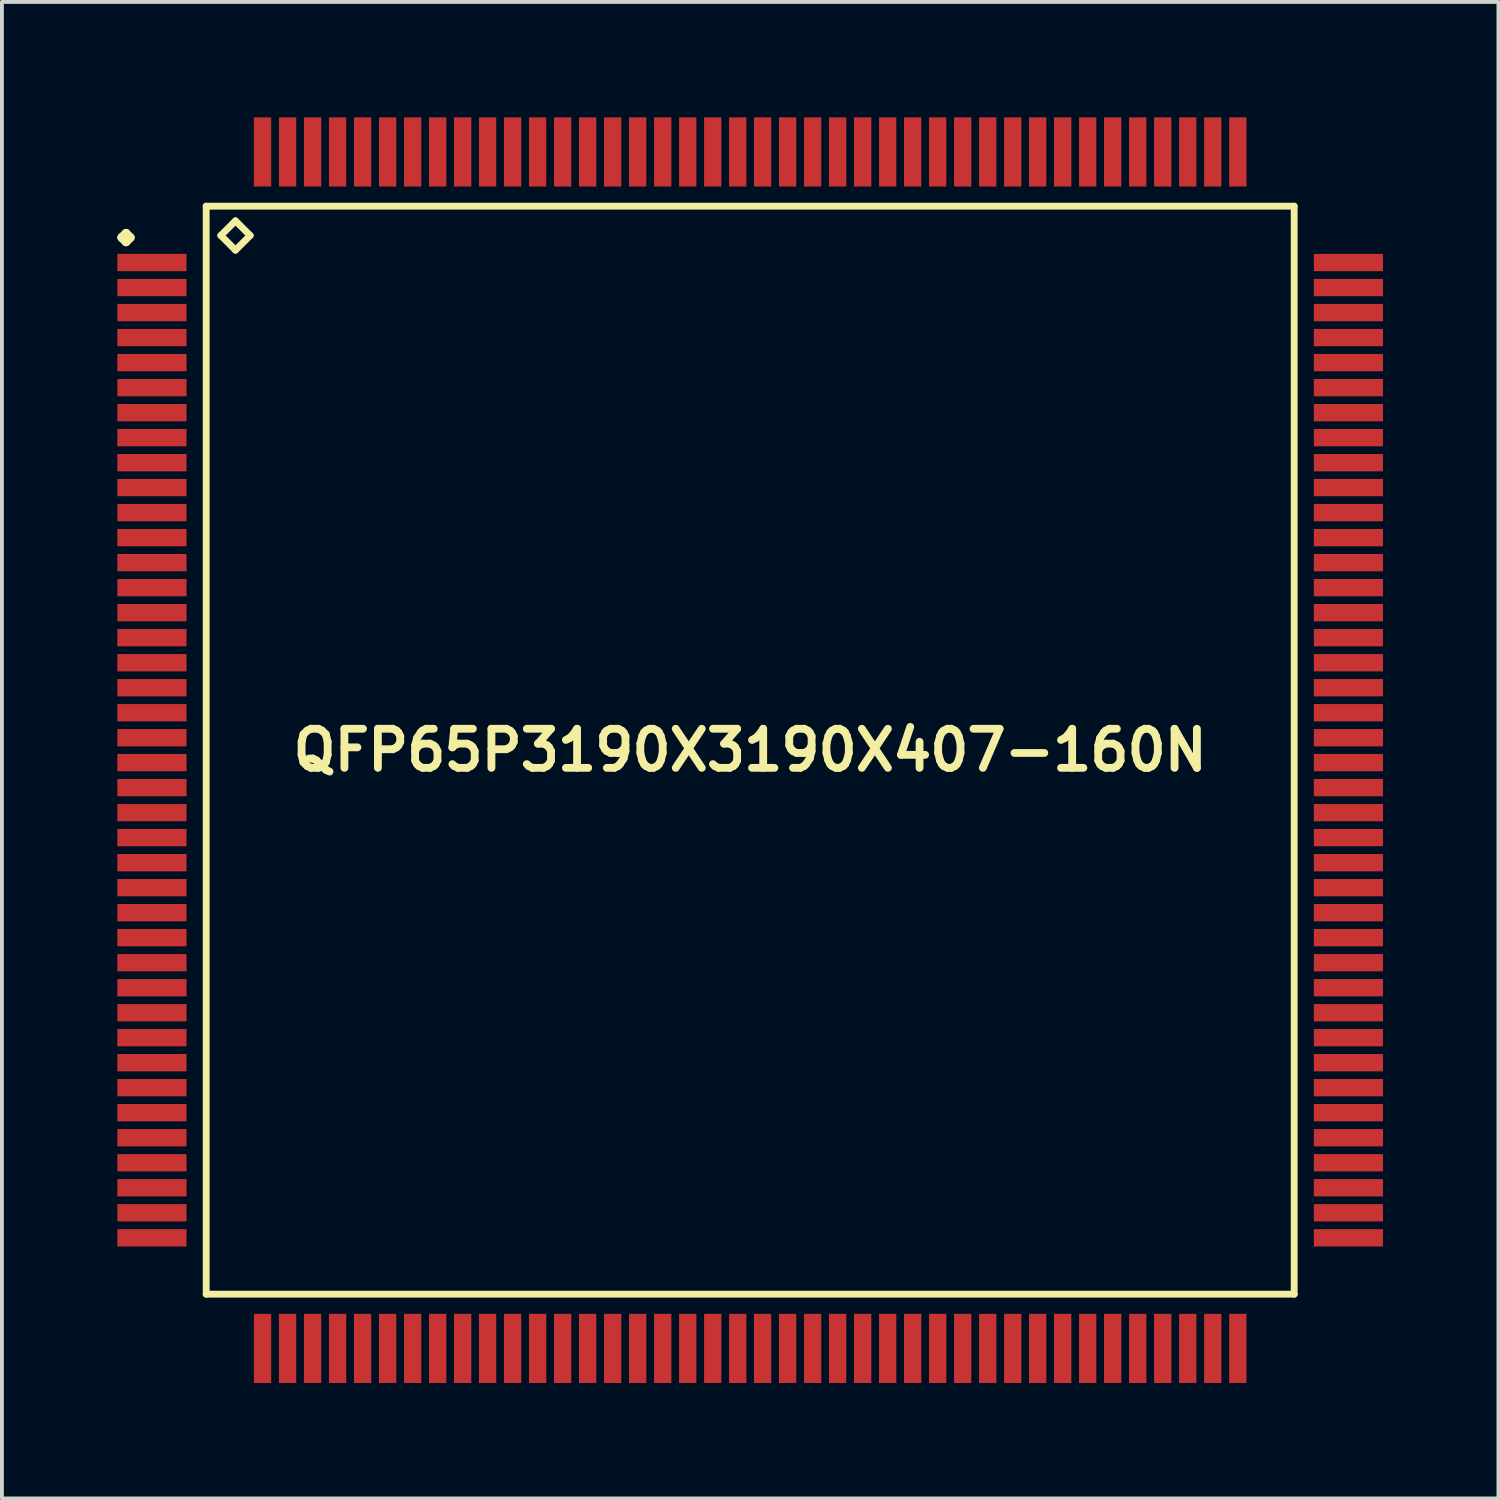
<source format=kicad_pcb>
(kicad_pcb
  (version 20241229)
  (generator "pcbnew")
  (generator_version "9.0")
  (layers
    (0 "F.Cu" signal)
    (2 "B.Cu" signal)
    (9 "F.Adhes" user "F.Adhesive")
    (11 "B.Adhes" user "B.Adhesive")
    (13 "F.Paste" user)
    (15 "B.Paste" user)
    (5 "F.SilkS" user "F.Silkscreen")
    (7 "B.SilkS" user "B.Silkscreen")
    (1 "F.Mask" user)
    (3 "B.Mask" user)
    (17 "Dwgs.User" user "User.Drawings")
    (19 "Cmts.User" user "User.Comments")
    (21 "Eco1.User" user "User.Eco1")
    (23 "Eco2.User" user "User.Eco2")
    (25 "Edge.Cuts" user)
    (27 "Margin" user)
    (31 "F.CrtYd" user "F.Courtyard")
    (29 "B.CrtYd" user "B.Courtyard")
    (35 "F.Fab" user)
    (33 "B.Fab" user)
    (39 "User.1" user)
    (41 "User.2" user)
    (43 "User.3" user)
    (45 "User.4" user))
  (footprint "QFP65P3190X3190X407-160N"
    (layer "F.Cu")
    (at 16.449 16.449)
    (property "Reference" "QFP65P3190X3190X407-160N" (at 0 0 0) (layer "F.SilkS") (effects (font (size 1.016 1.016) (thickness 0.203))))
    (attr smd)
    (fp_line (start -16.337 -13.325) (end -16.223 -13.437) (stroke (width 0.224) (type solid)) (layer "F.SilkS"))
    (fp_line (start -16.223 -13.437) (end -16.111 -13.325) (stroke (width 0.224) (type solid)) (layer "F.SilkS"))
    (fp_line (start -16.223 -13.211) (end -16.337 -13.325) (stroke (width 0.224) (type solid)) (layer "F.SilkS"))
    (fp_line (start -16.111 -13.325) (end -16.223 -13.211) (stroke (width 0.224) (type solid)) (layer "F.SilkS"))
    (fp_line (start -14.14 -14.14) (end -14.14 14.14) (stroke (width 0.178) (type solid)) (layer "F.SilkS"))
    (fp_line (start -14.14 14.14) (end 14.14 14.14) (stroke (width 0.178) (type solid)) (layer "F.SilkS"))
    (fp_line (start -13.759 -13.378) (end -13.378 -13.759) (stroke (width 0.178) (type solid)) (layer "F.SilkS"))
    (fp_line (start -13.378 -13.759) (end -12.997 -13.378) (stroke (width 0.178) (type solid)) (layer "F.SilkS"))
    (fp_line (start -13.378 -12.997) (end -13.759 -13.378) (stroke (width 0.178) (type solid)) (layer "F.SilkS"))
    (fp_line (start -12.997 -13.378) (end -13.378 -12.997) (stroke (width 0.178) (type solid)) (layer "F.SilkS"))
    (fp_line (start 14.14 -14.14) (end -14.14 -14.14) (stroke (width 0.178) (type solid)) (layer "F.SilkS"))
    (fp_line (start 14.14 14.14) (end 14.14 -14.14) (stroke (width 0.178) (type solid)) (layer "F.SilkS"))
    (pad "1" smd rect (at -15.55 -12.675) (size 1.798 0.45) (layers "F.Cu" "F.Mask" "F.Paste"))
    (pad "2" smd rect (at -15.55 -12.024) (size 1.798 0.45) (layers "F.Cu" "F.Mask" "F.Paste"))
    (pad "3" smd rect (at -15.55 -11.374) (size 1.798 0.45) (layers "F.Cu" "F.Mask" "F.Paste"))
    (pad "4" smd rect (at -15.55 -10.724) (size 1.798 0.45) (layers "F.Cu" "F.Mask" "F.Paste"))
    (pad "5" smd rect (at -15.55 -10.074) (size 1.798 0.45) (layers "F.Cu" "F.Mask" "F.Paste"))
    (pad "6" smd rect (at -15.55 -9.423) (size 1.798 0.45) (layers "F.Cu" "F.Mask" "F.Paste"))
    (pad "7" smd rect (at -15.55 -8.773) (size 1.798 0.45) (layers "F.Cu" "F.Mask" "F.Paste"))
    (pad "8" smd rect (at -15.55 -8.123) (size 1.798 0.45) (layers "F.Cu" "F.Mask" "F.Paste"))
    (pad "9" smd rect (at -15.55 -7.473) (size 1.798 0.45) (layers "F.Cu" "F.Mask" "F.Paste"))
    (pad "10" smd rect (at -15.55 -6.825) (size 1.798 0.45) (layers "F.Cu" "F.Mask" "F.Paste"))
    (pad "11" smd rect (at -15.55 -6.175) (size 1.798 0.45) (layers "F.Cu" "F.Mask" "F.Paste"))
    (pad "12" smd rect (at -15.55 -5.524) (size 1.798 0.45) (layers "F.Cu" "F.Mask" "F.Paste"))
    (pad "13" smd rect (at -15.55 -4.874) (size 1.798 0.45) (layers "F.Cu" "F.Mask" "F.Paste"))
    (pad "14" smd rect (at -15.55 -4.224) (size 1.798 0.45) (layers "F.Cu" "F.Mask" "F.Paste"))
    (pad "15" smd rect (at -15.55 -3.574) (size 1.798 0.45) (layers "F.Cu" "F.Mask" "F.Paste"))
    (pad "16" smd rect (at -15.55 -2.924) (size 1.798 0.45) (layers "F.Cu" "F.Mask" "F.Paste"))
    (pad "17" smd rect (at -15.55 -2.273) (size 1.798 0.45) (layers "F.Cu" "F.Mask" "F.Paste"))
    (pad "18" smd rect (at -15.55 -1.623) (size 1.798 0.45) (layers "F.Cu" "F.Mask" "F.Paste"))
    (pad "19" smd rect (at -15.55 -0.973) (size 1.798 0.45) (layers "F.Cu" "F.Mask" "F.Paste"))
    (pad "20" smd rect (at -15.55 -0.323) (size 1.798 0.45) (layers "F.Cu" "F.Mask" "F.Paste"))
    (pad "21" smd rect (at -15.55 0.323) (size 1.798 0.45) (layers "F.Cu" "F.Mask" "F.Paste"))
    (pad "22" smd rect (at -15.55 0.973) (size 1.798 0.45) (layers "F.Cu" "F.Mask" "F.Paste"))
    (pad "23" smd rect (at -15.55 1.623) (size 1.798 0.45) (layers "F.Cu" "F.Mask" "F.Paste"))
    (pad "24" smd rect (at -15.55 2.273) (size 1.798 0.45) (layers "F.Cu" "F.Mask" "F.Paste"))
    (pad "25" smd rect (at -15.55 2.924) (size 1.798 0.45) (layers "F.Cu" "F.Mask" "F.Paste"))
    (pad "26" smd rect (at -15.55 3.574) (size 1.798 0.45) (layers "F.Cu" "F.Mask" "F.Paste"))
    (pad "27" smd rect (at -15.55 4.224) (size 1.798 0.45) (layers "F.Cu" "F.Mask" "F.Paste"))
    (pad "28" smd rect (at -15.55 4.874) (size 1.798 0.45) (layers "F.Cu" "F.Mask" "F.Paste"))
    (pad "29" smd rect (at -15.55 5.524) (size 1.798 0.45) (layers "F.Cu" "F.Mask" "F.Paste"))
    (pad "30" smd rect (at -15.55 6.175) (size 1.798 0.45) (layers "F.Cu" "F.Mask" "F.Paste"))
    (pad "31" smd rect (at -15.55 6.825) (size 1.798 0.45) (layers "F.Cu" "F.Mask" "F.Paste"))
    (pad "32" smd rect (at -15.55 7.473) (size 1.798 0.45) (layers "F.Cu" "F.Mask" "F.Paste"))
    (pad "33" smd rect (at -15.55 8.123) (size 1.798 0.45) (layers "F.Cu" "F.Mask" "F.Paste"))
    (pad "34" smd rect (at -15.55 8.773) (size 1.798 0.45) (layers "F.Cu" "F.Mask" "F.Paste"))
    (pad "35" smd rect (at -15.55 9.423) (size 1.798 0.45) (layers "F.Cu" "F.Mask" "F.Paste"))
    (pad "36" smd rect (at -15.55 10.074) (size 1.798 0.45) (layers "F.Cu" "F.Mask" "F.Paste"))
    (pad "37" smd rect (at -15.55 10.724) (size 1.798 0.45) (layers "F.Cu" "F.Mask" "F.Paste"))
    (pad "38" smd rect (at -15.55 11.374) (size 1.798 0.45) (layers "F.Cu" "F.Mask" "F.Paste"))
    (pad "39" smd rect (at -15.55 12.024) (size 1.798 0.45) (layers "F.Cu" "F.Mask" "F.Paste"))
    (pad "40" smd rect (at -15.55 12.675) (size 1.798 0.45) (layers "F.Cu" "F.Mask" "F.Paste"))
    (pad "41" smd rect (at -12.675 15.55) (size 0.45 1.798) (layers "F.Cu" "F.Mask" "F.Paste"))
    (pad "42" smd rect (at -12.024 15.55) (size 0.45 1.798) (layers "F.Cu" "F.Mask" "F.Paste"))
    (pad "43" smd rect (at -11.374 15.55) (size 0.45 1.798) (layers "F.Cu" "F.Mask" "F.Paste"))
    (pad "44" smd rect (at -10.724 15.55) (size 0.45 1.798) (layers "F.Cu" "F.Mask" "F.Paste"))
    (pad "45" smd rect (at -10.074 15.55) (size 0.45 1.798) (layers "F.Cu" "F.Mask" "F.Paste"))
    (pad "46" smd rect (at -9.423 15.55) (size 0.45 1.798) (layers "F.Cu" "F.Mask" "F.Paste"))
    (pad "47" smd rect (at -8.773 15.55) (size 0.45 1.798) (layers "F.Cu" "F.Mask" "F.Paste"))
    (pad "48" smd rect (at -8.123 15.55) (size 0.45 1.798) (layers "F.Cu" "F.Mask" "F.Paste"))
    (pad "49" smd rect (at -7.473 15.55) (size 0.45 1.798) (layers "F.Cu" "F.Mask" "F.Paste"))
    (pad "50" smd rect (at -6.825 15.55) (size 0.45 1.798) (layers "F.Cu" "F.Mask" "F.Paste"))
    (pad "51" smd rect (at -6.175 15.55) (size 0.45 1.798) (layers "F.Cu" "F.Mask" "F.Paste"))
    (pad "52" smd rect (at -5.524 15.55) (size 0.45 1.798) (layers "F.Cu" "F.Mask" "F.Paste"))
    (pad "53" smd rect (at -4.874 15.55) (size 0.45 1.798) (layers "F.Cu" "F.Mask" "F.Paste"))
    (pad "54" smd rect (at -4.224 15.55) (size 0.45 1.798) (layers "F.Cu" "F.Mask" "F.Paste"))
    (pad "55" smd rect (at -3.574 15.55) (size 0.45 1.798) (layers "F.Cu" "F.Mask" "F.Paste"))
    (pad "56" smd rect (at -2.924 15.55) (size 0.45 1.798) (layers "F.Cu" "F.Mask" "F.Paste"))
    (pad "57" smd rect (at -2.273 15.55) (size 0.45 1.798) (layers "F.Cu" "F.Mask" "F.Paste"))
    (pad "58" smd rect (at -1.623 15.55) (size 0.45 1.798) (layers "F.Cu" "F.Mask" "F.Paste"))
    (pad "59" smd rect (at -0.973 15.55) (size 0.45 1.798) (layers "F.Cu" "F.Mask" "F.Paste"))
    (pad "60" smd rect (at -0.323 15.55) (size 0.45 1.798) (layers "F.Cu" "F.Mask" "F.Paste"))
    (pad "61" smd rect (at 0.323 15.55) (size 0.45 1.798) (layers "F.Cu" "F.Mask" "F.Paste"))
    (pad "62" smd rect (at 0.973 15.55) (size 0.45 1.798) (layers "F.Cu" "F.Mask" "F.Paste"))
    (pad "63" smd rect (at 1.623 15.55) (size 0.45 1.798) (layers "F.Cu" "F.Mask" "F.Paste"))
    (pad "64" smd rect (at 2.273 15.55) (size 0.45 1.798) (layers "F.Cu" "F.Mask" "F.Paste"))
    (pad "65" smd rect (at 2.924 15.55) (size 0.45 1.798) (layers "F.Cu" "F.Mask" "F.Paste"))
    (pad "66" smd rect (at 3.574 15.55) (size 0.45 1.798) (layers "F.Cu" "F.Mask" "F.Paste"))
    (pad "67" smd rect (at 4.224 15.55) (size 0.45 1.798) (layers "F.Cu" "F.Mask" "F.Paste"))
    (pad "68" smd rect (at 4.874 15.55) (size 0.45 1.798) (layers "F.Cu" "F.Mask" "F.Paste"))
    (pad "69" smd rect (at 5.524 15.55) (size 0.45 1.798) (layers "F.Cu" "F.Mask" "F.Paste"))
    (pad "70" smd rect (at 6.175 15.55) (size 0.45 1.798) (layers "F.Cu" "F.Mask" "F.Paste"))
    (pad "71" smd rect (at 6.825 15.55) (size 0.45 1.798) (layers "F.Cu" "F.Mask" "F.Paste"))
    (pad "72" smd rect (at 7.473 15.55) (size 0.45 1.798) (layers "F.Cu" "F.Mask" "F.Paste"))
    (pad "73" smd rect (at 8.123 15.55) (size 0.45 1.798) (layers "F.Cu" "F.Mask" "F.Paste"))
    (pad "74" smd rect (at 8.773 15.55) (size 0.45 1.798) (layers "F.Cu" "F.Mask" "F.Paste"))
    (pad "75" smd rect (at 9.423 15.55) (size 0.45 1.798) (layers "F.Cu" "F.Mask" "F.Paste"))
    (pad "76" smd rect (at 10.074 15.55) (size 0.45 1.798) (layers "F.Cu" "F.Mask" "F.Paste"))
    (pad "77" smd rect (at 10.724 15.55) (size 0.45 1.798) (layers "F.Cu" "F.Mask" "F.Paste"))
    (pad "78" smd rect (at 11.374 15.55) (size 0.45 1.798) (layers "F.Cu" "F.Mask" "F.Paste"))
    (pad "79" smd rect (at 12.024 15.55) (size 0.45 1.798) (layers "F.Cu" "F.Mask" "F.Paste"))
    (pad "80" smd rect (at 12.675 15.55) (size 0.45 1.798) (layers "F.Cu" "F.Mask" "F.Paste"))
    (pad "81" smd rect (at 15.55 12.675) (size 1.798 0.45) (layers "F.Cu" "F.Mask" "F.Paste"))
    (pad "82" smd rect (at 15.55 12.024) (size 1.798 0.45) (layers "F.Cu" "F.Mask" "F.Paste"))
    (pad "83" smd rect (at 15.55 11.374) (size 1.798 0.45) (layers "F.Cu" "F.Mask" "F.Paste"))
    (pad "84" smd rect (at 15.55 10.724) (size 1.798 0.45) (layers "F.Cu" "F.Mask" "F.Paste"))
    (pad "85" smd rect (at 15.55 10.074) (size 1.798 0.45) (layers "F.Cu" "F.Mask" "F.Paste"))
    (pad "86" smd rect (at 15.55 9.423) (size 1.798 0.45) (layers "F.Cu" "F.Mask" "F.Paste"))
    (pad "87" smd rect (at 15.55 8.773) (size 1.798 0.45) (layers "F.Cu" "F.Mask" "F.Paste"))
    (pad "88" smd rect (at 15.55 8.123) (size 1.798 0.45) (layers "F.Cu" "F.Mask" "F.Paste"))
    (pad "89" smd rect (at 15.55 7.473) (size 1.798 0.45) (layers "F.Cu" "F.Mask" "F.Paste"))
    (pad "90" smd rect (at 15.55 6.825) (size 1.798 0.45) (layers "F.Cu" "F.Mask" "F.Paste"))
    (pad "91" smd rect (at 15.55 6.175) (size 1.798 0.45) (layers "F.Cu" "F.Mask" "F.Paste"))
    (pad "92" smd rect (at 15.55 5.524) (size 1.798 0.45) (layers "F.Cu" "F.Mask" "F.Paste"))
    (pad "93" smd rect (at 15.55 4.874) (size 1.798 0.45) (layers "F.Cu" "F.Mask" "F.Paste"))
    (pad "94" smd rect (at 15.55 4.224) (size 1.798 0.45) (layers "F.Cu" "F.Mask" "F.Paste"))
    (pad "95" smd rect (at 15.55 3.574) (size 1.798 0.45) (layers "F.Cu" "F.Mask" "F.Paste"))
    (pad "96" smd rect (at 15.55 2.924) (size 1.798 0.45) (layers "F.Cu" "F.Mask" "F.Paste"))
    (pad "97" smd rect (at 15.55 2.273) (size 1.798 0.45) (layers "F.Cu" "F.Mask" "F.Paste"))
    (pad "98" smd rect (at 15.55 1.623) (size 1.798 0.45) (layers "F.Cu" "F.Mask" "F.Paste"))
    (pad "99" smd rect (at 15.55 0.973) (size 1.798 0.45) (layers "F.Cu" "F.Mask" "F.Paste"))
    (pad "100" smd rect (at 15.55 0.323) (size 1.798 0.45) (layers "F.Cu" "F.Mask" "F.Paste"))
    (pad "101" smd rect (at 15.55 -0.323) (size 1.798 0.45) (layers "F.Cu" "F.Mask" "F.Paste"))
    (pad "102" smd rect (at 15.55 -0.973) (size 1.798 0.45) (layers "F.Cu" "F.Mask" "F.Paste"))
    (pad "103" smd rect (at 15.55 -1.623) (size 1.798 0.45) (layers "F.Cu" "F.Mask" "F.Paste"))
    (pad "104" smd rect (at 15.55 -2.273) (size 1.798 0.45) (layers "F.Cu" "F.Mask" "F.Paste"))
    (pad "105" smd rect (at 15.55 -2.924) (size 1.798 0.45) (layers "F.Cu" "F.Mask" "F.Paste"))
    (pad "106" smd rect (at 15.55 -3.574) (size 1.798 0.45) (layers "F.Cu" "F.Mask" "F.Paste"))
    (pad "107" smd rect (at 15.55 -4.224) (size 1.798 0.45) (layers "F.Cu" "F.Mask" "F.Paste"))
    (pad "108" smd rect (at 15.55 -4.874) (size 1.798 0.45) (layers "F.Cu" "F.Mask" "F.Paste"))
    (pad "109" smd rect (at 15.55 -5.524) (size 1.798 0.45) (layers "F.Cu" "F.Mask" "F.Paste"))
    (pad "110" smd rect (at 15.55 -6.175) (size 1.798 0.45) (layers "F.Cu" "F.Mask" "F.Paste"))
    (pad "111" smd rect (at 15.55 -6.825) (size 1.798 0.45) (layers "F.Cu" "F.Mask" "F.Paste"))
    (pad "112" smd rect (at 15.55 -7.473) (size 1.798 0.45) (layers "F.Cu" "F.Mask" "F.Paste"))
    (pad "113" smd rect (at 15.55 -8.123) (size 1.798 0.45) (layers "F.Cu" "F.Mask" "F.Paste"))
    (pad "114" smd rect (at 15.55 -8.773) (size 1.798 0.45) (layers "F.Cu" "F.Mask" "F.Paste"))
    (pad "115" smd rect (at 15.55 -9.423) (size 1.798 0.45) (layers "F.Cu" "F.Mask" "F.Paste"))
    (pad "116" smd rect (at 15.55 -10.074) (size 1.798 0.45) (layers "F.Cu" "F.Mask" "F.Paste"))
    (pad "117" smd rect (at 15.55 -10.724) (size 1.798 0.45) (layers "F.Cu" "F.Mask" "F.Paste"))
    (pad "118" smd rect (at 15.55 -11.374) (size 1.798 0.45) (layers "F.Cu" "F.Mask" "F.Paste"))
    (pad "119" smd rect (at 15.55 -12.024) (size 1.798 0.45) (layers "F.Cu" "F.Mask" "F.Paste"))
    (pad "120" smd rect (at 15.55 -12.675) (size 1.798 0.45) (layers "F.Cu" "F.Mask" "F.Paste"))
    (pad "121" smd rect (at 12.675 -15.55) (size 0.45 1.798) (layers "F.Cu" "F.Mask" "F.Paste"))
    (pad "122" smd rect (at 12.024 -15.55) (size 0.45 1.798) (layers "F.Cu" "F.Mask" "F.Paste"))
    (pad "123" smd rect (at 11.374 -15.55) (size 0.45 1.798) (layers "F.Cu" "F.Mask" "F.Paste"))
    (pad "124" smd rect (at 10.724 -15.55) (size 0.45 1.798) (layers "F.Cu" "F.Mask" "F.Paste"))
    (pad "125" smd rect (at 10.074 -15.55) (size 0.45 1.798) (layers "F.Cu" "F.Mask" "F.Paste"))
    (pad "126" smd rect (at 9.423 -15.55) (size 0.45 1.798) (layers "F.Cu" "F.Mask" "F.Paste"))
    (pad "127" smd rect (at 8.773 -15.55) (size 0.45 1.798) (layers "F.Cu" "F.Mask" "F.Paste"))
    (pad "128" smd rect (at 8.123 -15.55) (size 0.45 1.798) (layers "F.Cu" "F.Mask" "F.Paste"))
    (pad "129" smd rect (at 7.473 -15.55) (size 0.45 1.798) (layers "F.Cu" "F.Mask" "F.Paste"))
    (pad "130" smd rect (at 6.825 -15.55) (size 0.45 1.798) (layers "F.Cu" "F.Mask" "F.Paste"))
    (pad "131" smd rect (at 6.175 -15.55) (size 0.45 1.798) (layers "F.Cu" "F.Mask" "F.Paste"))
    (pad "132" smd rect (at 5.524 -15.55) (size 0.45 1.798) (layers "F.Cu" "F.Mask" "F.Paste"))
    (pad "133" smd rect (at 4.874 -15.55) (size 0.45 1.798) (layers "F.Cu" "F.Mask" "F.Paste"))
    (pad "134" smd rect (at 4.224 -15.55) (size 0.45 1.798) (layers "F.Cu" "F.Mask" "F.Paste"))
    (pad "135" smd rect (at 3.574 -15.55) (size 0.45 1.798) (layers "F.Cu" "F.Mask" "F.Paste"))
    (pad "136" smd rect (at 2.924 -15.55) (size 0.45 1.798) (layers "F.Cu" "F.Mask" "F.Paste"))
    (pad "137" smd rect (at 2.273 -15.55) (size 0.45 1.798) (layers "F.Cu" "F.Mask" "F.Paste"))
    (pad "138" smd rect (at 1.623 -15.55) (size 0.45 1.798) (layers "F.Cu" "F.Mask" "F.Paste"))
    (pad "139" smd rect (at 0.973 -15.55) (size 0.45 1.798) (layers "F.Cu" "F.Mask" "F.Paste"))
    (pad "140" smd rect (at 0.323 -15.55) (size 0.45 1.798) (layers "F.Cu" "F.Mask" "F.Paste"))
    (pad "141" smd rect (at -0.323 -15.55) (size 0.45 1.798) (layers "F.Cu" "F.Mask" "F.Paste"))
    (pad "142" smd rect (at -0.973 -15.55) (size 0.45 1.798) (layers "F.Cu" "F.Mask" "F.Paste"))
    (pad "143" smd rect (at -1.623 -15.55) (size 0.45 1.798) (layers "F.Cu" "F.Mask" "F.Paste"))
    (pad "144" smd rect (at -2.273 -15.55) (size 0.45 1.798) (layers "F.Cu" "F.Mask" "F.Paste"))
    (pad "145" smd rect (at -2.924 -15.55) (size 0.45 1.798) (layers "F.Cu" "F.Mask" "F.Paste"))
    (pad "146" smd rect (at -3.574 -15.55) (size 0.45 1.798) (layers "F.Cu" "F.Mask" "F.Paste"))
    (pad "147" smd rect (at -4.224 -15.55) (size 0.45 1.798) (layers "F.Cu" "F.Mask" "F.Paste"))
    (pad "148" smd rect (at -4.874 -15.55) (size 0.45 1.798) (layers "F.Cu" "F.Mask" "F.Paste"))
    (pad "149" smd rect (at -5.524 -15.55) (size 0.45 1.798) (layers "F.Cu" "F.Mask" "F.Paste"))
    (pad "150" smd rect (at -6.175 -15.55) (size 0.45 1.798) (layers "F.Cu" "F.Mask" "F.Paste"))
    (pad "151" smd rect (at -6.825 -15.55) (size 0.45 1.798) (layers "F.Cu" "F.Mask" "F.Paste"))
    (pad "152" smd rect (at -7.473 -15.55) (size 0.45 1.798) (layers "F.Cu" "F.Mask" "F.Paste"))
    (pad "153" smd rect (at -8.123 -15.55) (size 0.45 1.798) (layers "F.Cu" "F.Mask" "F.Paste"))
    (pad "154" smd rect (at -8.773 -15.55) (size 0.45 1.798) (layers "F.Cu" "F.Mask" "F.Paste"))
    (pad "155" smd rect (at -9.423 -15.55) (size 0.45 1.798) (layers "F.Cu" "F.Mask" "F.Paste"))
    (pad "156" smd rect (at -10.074 -15.55) (size 0.45 1.798) (layers "F.Cu" "F.Mask" "F.Paste"))
    (pad "157" smd rect (at -10.724 -15.55) (size 0.45 1.798) (layers "F.Cu" "F.Mask" "F.Paste"))
    (pad "158" smd rect (at -11.374 -15.55) (size 0.45 1.798) (layers "F.Cu" "F.Mask" "F.Paste"))
    (pad "159" smd rect (at -12.024 -15.55) (size 0.45 1.798) (layers "F.Cu" "F.Mask" "F.Paste"))
    (pad "160" smd rect (at -12.675 -15.55) (size 0.45 1.798) (layers "F.Cu" "F.Mask" "F.Paste")))
  (gr_rect
    (start -3 -3)
    (end 35.898 35.898)
    (stroke (width 0.1) (type default))
    (fill no)
    (layer "Edge.Cuts")))
</source>
